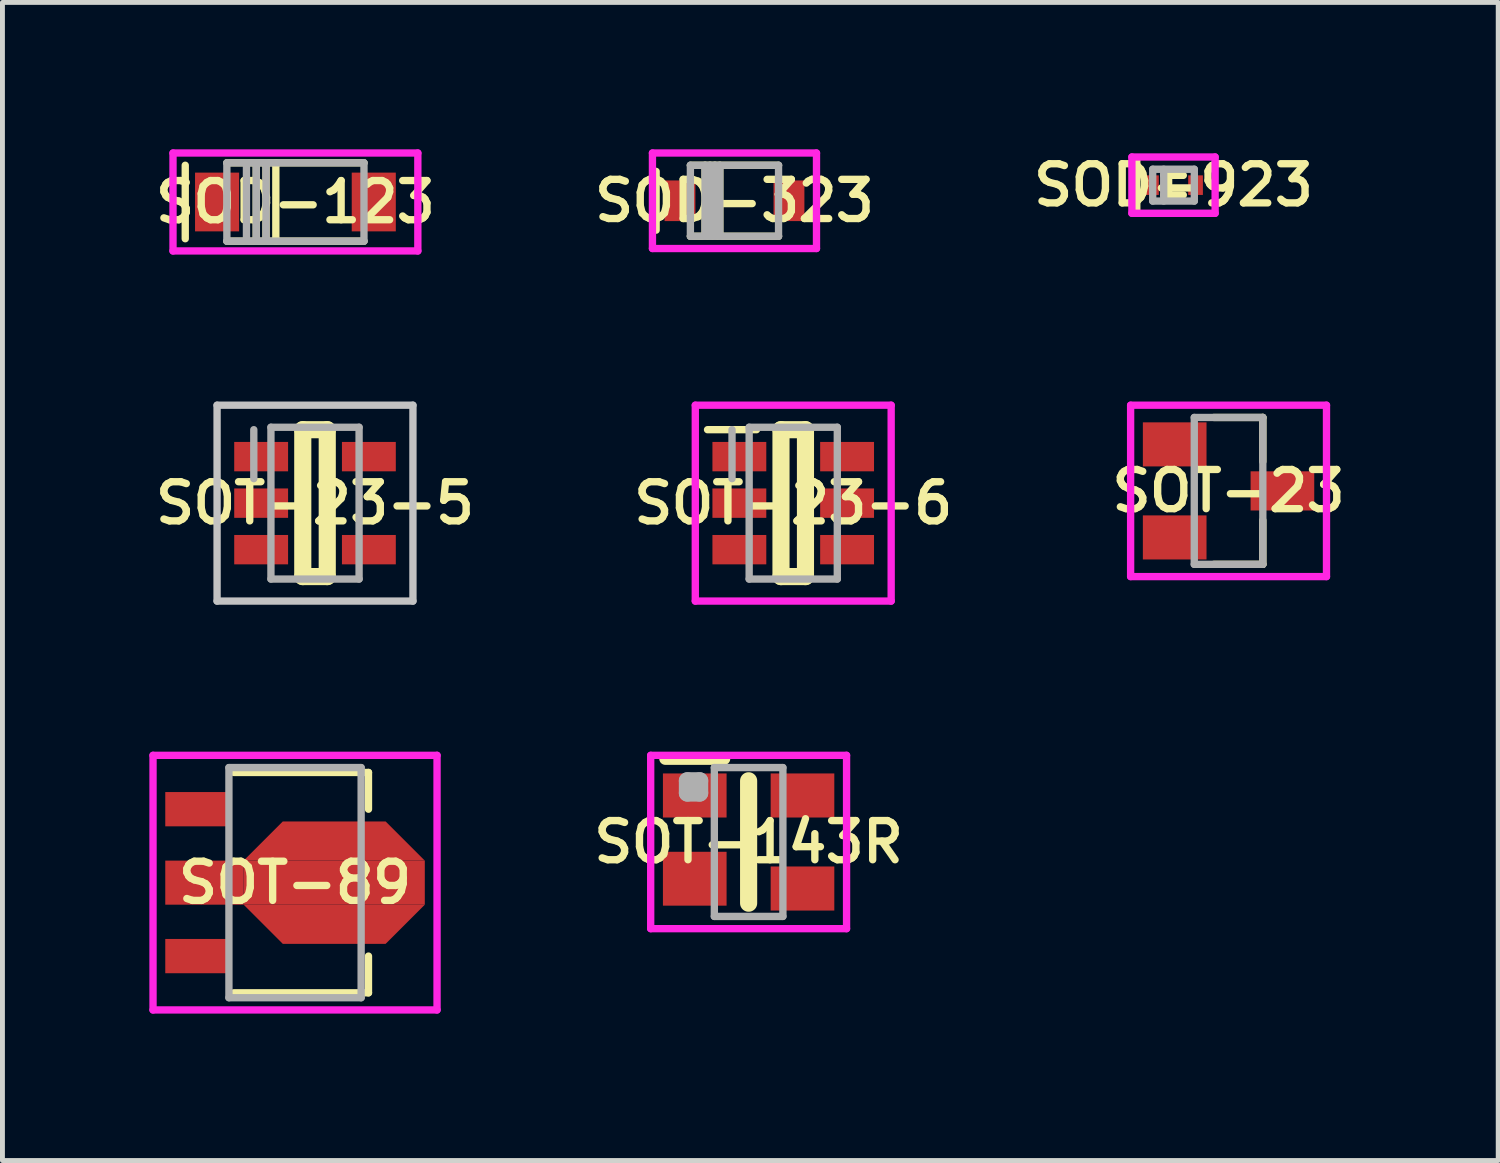
<source format=kicad_pcb>
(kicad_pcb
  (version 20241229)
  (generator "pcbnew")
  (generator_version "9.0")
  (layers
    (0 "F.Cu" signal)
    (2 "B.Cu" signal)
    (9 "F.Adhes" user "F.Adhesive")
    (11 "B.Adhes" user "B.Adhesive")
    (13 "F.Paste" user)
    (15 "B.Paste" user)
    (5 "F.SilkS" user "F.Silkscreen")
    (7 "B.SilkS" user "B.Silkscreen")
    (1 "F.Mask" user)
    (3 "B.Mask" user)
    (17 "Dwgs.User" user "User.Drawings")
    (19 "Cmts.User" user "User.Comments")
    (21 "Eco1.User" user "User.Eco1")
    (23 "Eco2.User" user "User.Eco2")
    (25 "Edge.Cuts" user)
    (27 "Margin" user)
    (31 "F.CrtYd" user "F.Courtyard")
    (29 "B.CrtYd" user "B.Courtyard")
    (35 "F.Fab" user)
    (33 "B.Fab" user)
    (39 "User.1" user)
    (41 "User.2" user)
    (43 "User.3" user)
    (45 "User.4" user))
  (footprint "SOD-123"
    (layer "F.Cu")
    (at 2.983 1.075)
    (property "Reference" "SOD-123" (at 0 0 0) (layer "F.SilkS") (effects (font (size 0.8 0.8) (thickness 0.15))))
    (attr smd)
    (fp_line (start -2.25 -0.75) (end -2.25 0.75) (stroke (width 0.15) (type solid)) (layer "F.SilkS"))
    (fp_line (start -1.4 -0.8) (end 1.4 -0.8) (stroke (width 0.15) (type solid)) (layer "F.SilkS"))
    (fp_line (start -0.8 -0.8) (end -0.8 0.8) (stroke (width 0.15) (type solid)) (layer "F.SilkS"))
    (fp_line (start -0.6 0.8) (end -0.6 -0.8) (stroke (width 0.15) (type solid)) (layer "F.SilkS"))
    (fp_line (start -0.4 -0.8) (end -0.4 0.8) (stroke (width 0.15) (type solid)) (layer "F.SilkS"))
    (fp_line (start 1.4 0.8) (end -1.4 0.8) (stroke (width 0.15) (type solid)) (layer "F.SilkS"))
    (fp_line (start -2.5 -1) (end 2.5 -1) (stroke (width 0.15) (type solid)) (layer "F.CrtYd"))
    (fp_line (start -2.5 1) (end -2.5 -1) (stroke (width 0.15) (type solid)) (layer "F.CrtYd"))
    (fp_line (start 2.5 -1) (end 2.5 1) (stroke (width 0.15) (type solid)) (layer "F.CrtYd"))
    (fp_line (start 2.5 1) (end -2.5 1) (stroke (width 0.15) (type solid)) (layer "F.CrtYd"))
    (fp_line (start -1.4 -0.8) (end 1.4 -0.8) (stroke (width 0.15) (type solid)) (layer "F.Fab"))
    (fp_line (start -1.4 0.8) (end -1.4 -0.8) (stroke (width 0.15) (type solid)) (layer "F.Fab"))
    (fp_line (start -1 -0.8) (end -1 0.8) (stroke (width 0.15) (type solid)) (layer "F.Fab"))
    (fp_line (start -0.8 -0.8) (end -0.8 0.8) (stroke (width 0.15) (type solid)) (layer "F.Fab"))
    (fp_line (start -0.6 0.8) (end -0.6 -0.8) (stroke (width 0.15) (type solid)) (layer "F.Fab"))
    (fp_line (start 1.4 -0.8) (end 1.4 0.8) (stroke (width 0.15) (type solid)) (layer "F.Fab"))
    (fp_line (start 1.4 0.8) (end -1.4 0.8) (stroke (width 0.15) (type solid)) (layer "F.Fab"))
    (pad "1" smd rect (at -1.6 0) (size 0.9 1.2) (layers "F.Cu" "F.Mask" "F.Paste"))
    (pad "2" smd rect (at 1.6 0) (size 0.9 1.2) (layers "F.Cu" "F.Mask" "F.Paste")))
  (footprint "SOT-23-6"
    (layer "F.Cu")
    (at 13.149 7.225)
    (property "Reference" "SOT-23-6" (at 0 0 0) (layer "F.SilkS") (effects (font (size 0.8 0.8) (thickness 0.15))))
    (attr smd)
    (fp_line (start -0.75 -1.5) (end -1.75 -1.5) (stroke (width 0.15) (type solid)) (layer "F.SilkS"))
    (fp_line (start -0.25 -1.5) (end 0.25 -1.5) (stroke (width 0.35) (type solid)) (layer "F.SilkS"))
    (fp_line (start -0.25 1.5) (end -0.25 -1.5) (stroke (width 0.35) (type solid)) (layer "F.SilkS"))
    (fp_line (start 0.25 -1.5) (end 0.25 1.5) (stroke (width 0.35) (type solid)) (layer "F.SilkS"))
    (fp_line (start 0.25 1.5) (end -0.25 1.5) (stroke (width 0.35) (type solid)) (layer "F.SilkS"))
    (fp_line (start -2 -2) (end 2 -2) (stroke (width 0.15) (type solid)) (layer "F.CrtYd"))
    (fp_line (start -2 2) (end -2 -2) (stroke (width 0.15) (type solid)) (layer "F.CrtYd"))
    (fp_line (start 2 -2) (end 2 2) (stroke (width 0.15) (type solid)) (layer "F.CrtYd"))
    (fp_line (start 2 2) (end -2 2) (stroke (width 0.15) (type solid)) (layer "F.CrtYd"))
    (fp_line (start -1.25 -1.5) (end -1.25 -0.5) (stroke (width 0.15) (type solid)) (layer "F.Fab"))
    (fp_line (start -0.9 -1.55) (end 0.9 -1.55) (stroke (width 0.15) (type solid)) (layer "F.Fab"))
    (fp_line (start -0.9 1.55) (end -0.9 -1.55) (stroke (width 0.15) (type solid)) (layer "F.Fab"))
    (fp_line (start 0.9 -1.55) (end 0.9 1.55) (stroke (width 0.15) (type solid)) (layer "F.Fab"))
    (fp_line (start 0.9 1.55) (end -0.9 1.55) (stroke (width 0.15) (type solid)) (layer "F.Fab"))
    (pad "1" smd rect (at -1.1 -0.95) (size 1.1 0.6) (layers "F.Cu" "F.Mask" "F.Paste"))
    (pad "2" smd rect (at -1.1 0) (size 1.1 0.6) (layers "F.Cu" "F.Mask" "F.Paste"))
    (pad "3" smd rect (at -1.1 0.95) (size 1.1 0.6) (layers "F.Cu" "F.Mask" "F.Paste"))
    (pad "4" smd rect (at 1.1 0.95) (size 1.1 0.6) (layers "F.Cu" "F.Mask" "F.Paste"))
    (pad "5" smd rect (at 1.1 0) (size 1.1 0.6) (layers "F.Cu" "F.Mask" "F.Paste"))
    (pad "6" smd rect (at 1.1 -0.95) (size 1.1 0.6) (layers "F.Cu" "F.Mask" "F.Paste")))
  (footprint "SOD-923"
    (layer "F.Cu")
    (at 20.915 0.731)
    (property "Reference" "SOD-923" (at 0 0 0) (layer "F.SilkS") (effects (font (size 0.8 0.8) (thickness 0.15))))
    (attr smd)
    (fp_line (start -0.75 -0.5) (end -0.75 0.5) (stroke (width 0.15) (type solid)) (layer "F.SilkS"))
    (fp_line (start -0.2 -0.2) (end 0.2 -0.2) (stroke (width 0.15) (type solid)) (layer "F.SilkS"))
    (fp_line (start -0.1 -0.2) (end -0.1 0.2) (stroke (width 0.15) (type solid)) (layer "F.SilkS"))
    (fp_line (start 0.2 0.2) (end -0.2 0.2) (stroke (width 0.15) (type solid)) (layer "F.SilkS"))
    (fp_line (start -0.85 -0.575) (end 0.85 -0.575) (stroke (width 0.15) (type solid)) (layer "F.CrtYd"))
    (fp_line (start -0.85 0.575) (end -0.85 -0.575) (stroke (width 0.15) (type solid)) (layer "F.CrtYd"))
    (fp_line (start 0.85 -0.575) (end 0.85 0.575) (stroke (width 0.15) (type solid)) (layer "F.CrtYd"))
    (fp_line (start 0.85 0.575) (end -0.85 0.575) (stroke (width 0.15) (type solid)) (layer "F.CrtYd"))
    (fp_line (start -0.425 -0.325) (end 0.425 -0.325) (stroke (width 0.15) (type solid)) (layer "F.Fab"))
    (fp_line (start -0.425 0.325) (end -0.425 -0.325) (stroke (width 0.15) (type solid)) (layer "F.Fab"))
    (fp_line (start -0.2 -0.325) (end -0.2 0.325) (stroke (width 0.15) (type solid)) (layer "F.Fab"))
    (fp_line (start 0.425 -0.325) (end 0.425 0.325) (stroke (width 0.15) (type solid)) (layer "F.Fab"))
    (fp_line (start 0.425 0.325) (end -0.425 0.325) (stroke (width 0.15) (type solid)) (layer "F.Fab"))
    (pad "1" smd rect (at -0.45 0) (size 0.3 0.4) (layers "F.Cu" "F.Mask" "F.Paste"))
    (pad "2" smd rect (at 0.45 0) (size 0.3 0.4) (layers "F.Cu" "F.Mask" "F.Paste")))
  (footprint "SOD-323"
    (layer "F.Cu")
    (at 11.949 1.05)
    (property "Reference" "SOD-323" (at 0 0 0) (layer "F.SilkS") (effects (font (size 0.8 0.8) (thickness 0.15))))
    (attr smd)
    (fp_line (start -1.6 -0.6) (end -1.6 0.6) (stroke (width 0.15) (type solid)) (layer "F.SilkS"))
    (fp_line (start -0.6 0.725) (end -0.6 -0.725) (stroke (width 0.15) (type solid)) (layer "F.SilkS"))
    (fp_line (start -0.5 -0.725) (end -0.5 0.725) (stroke (width 0.15) (type solid)) (layer "F.SilkS"))
    (fp_line (start -0.4 0.725) (end -0.4 -0.725) (stroke (width 0.15) (type solid)) (layer "F.SilkS"))
    (fp_line (start -0.3 -0.725) (end -0.3 0.725) (stroke (width 0.15) (type solid)) (layer "F.SilkS"))
    (fp_line (start 0.9 -0.725) (end -0.9 -0.725) (stroke (width 0.15) (type solid)) (layer "F.SilkS"))
    (fp_line (start 0.9 0.725) (end -0.9 0.725) (stroke (width 0.15) (type solid)) (layer "F.SilkS"))
    (fp_line (start -1.675 -0.975) (end 1.675 -0.975) (stroke (width 0.15) (type solid)) (layer "F.CrtYd"))
    (fp_line (start -1.675 0.975) (end -1.675 -0.975) (stroke (width 0.15) (type solid)) (layer "F.CrtYd"))
    (fp_line (start 1.675 -0.975) (end 1.675 0.975) (stroke (width 0.15) (type solid)) (layer "F.CrtYd"))
    (fp_line (start 1.675 0.975) (end -1.675 0.975) (stroke (width 0.15) (type solid)) (layer "F.CrtYd"))
    (fp_line (start -0.9 -0.725) (end 0.9 -0.725) (stroke (width 0.15) (type solid)) (layer "F.Fab"))
    (fp_line (start -0.9 0.725) (end -0.9 -0.725) (stroke (width 0.15) (type solid)) (layer "F.Fab"))
    (fp_line (start -0.6 -0.725) (end -0.6 0.725) (stroke (width 0.15) (type solid)) (layer "F.Fab"))
    (fp_line (start -0.5 0.725) (end -0.5 -0.725) (stroke (width 0.15) (type solid)) (layer "F.Fab"))
    (fp_line (start -0.4 -0.725) (end -0.4 0.725) (stroke (width 0.15) (type solid)) (layer "F.Fab"))
    (fp_line (start -0.3 0.725) (end -0.3 -0.725) (stroke (width 0.15) (type solid)) (layer "F.Fab"))
    (fp_line (start 0.9 -0.725) (end 0.9 0.725) (stroke (width 0.15) (type solid)) (layer "F.Fab"))
    (fp_line (start 0.9 0.725) (end -0.9 0.725) (stroke (width 0.15) (type solid)) (layer "F.Fab"))
    (pad "1" smd rect (at -1.113 0) (size 0.63 0.83) (layers "F.Cu" "F.Mask" "F.Paste"))
    (pad "2" smd rect (at 1.113 0) (size 0.63 0.83) (layers "F.Cu" "F.Mask" "F.Paste")))
  (footprint "SOT-23"
    (layer "F.Cu")
    (at 22.039 6.975)
    (property "Reference" "SOT-23" (at 0 0 0) (layer "F.SilkS") (effects (font (size 0.8 0.8) (thickness 0.15))))
    (attr smd)
    (fp_line (start -0.3 -1.5) (end 0.7 -1.5) (stroke (width 0.15) (type solid)) (layer "F.SilkS"))
    (fp_line (start 0.7 -1.5) (end 0.7 -0.6) (stroke (width 0.15) (type solid)) (layer "F.SilkS"))
    (fp_line (start 0.7 0.6) (end 0.7 1.5) (stroke (width 0.15) (type solid)) (layer "F.SilkS"))
    (fp_line (start 0.7 1.5) (end -0.3 1.5) (stroke (width 0.15) (type solid)) (layer "F.SilkS"))
    (fp_line (start -2 -1.75) (end 2 -1.75) (stroke (width 0.15) (type solid)) (layer "F.CrtYd"))
    (fp_line (start -2 1.75) (end -2 -1.75) (stroke (width 0.15) (type solid)) (layer "F.CrtYd"))
    (fp_line (start 2 -1.75) (end 2 1.75) (stroke (width 0.15) (type solid)) (layer "F.CrtYd"))
    (fp_line (start 2 1.75) (end -2 1.75) (stroke (width 0.15) (type solid)) (layer "F.CrtYd"))
    (fp_line (start -0.7 -1.5) (end 0.7 -1.5) (stroke (width 0.15) (type solid)) (layer "F.Fab"))
    (fp_line (start -0.7 1.5) (end -0.7 -1.5) (stroke (width 0.15) (type solid)) (layer "F.Fab"))
    (fp_line (start 0.7 -1.5) (end 0.7 1.5) (stroke (width 0.15) (type solid)) (layer "F.Fab"))
    (fp_line (start 0.7 1.5) (end -0.7 1.5) (stroke (width 0.15) (type solid)) (layer "F.Fab"))
    (pad "1" smd rect (at -1.1 -0.95) (size 1.3 0.9) (layers "F.Cu" "F.Mask" "F.Paste"))
    (pad "2" smd rect (at -1.1 0.95) (size 1.3 0.9) (layers "F.Cu" "F.Mask" "F.Paste"))
    (pad "3" smd rect (at 1.1 0) (size 1.3 0.8) (layers "F.Cu" "F.Mask" "F.Paste")))
  (footprint "SOT-23-5"
    (layer "F.Cu")
    (at 3.383 7.225)
    (property "Reference" "SOT-23-5" (at 0 0 0) (layer "F.SilkS") (effects (font (size 0.8 0.8) (thickness 0.15))))
    (attr smd)
    (fp_line (start -0.25 -1.5) (end 0.25 -1.5) (stroke (width 0.35) (type solid)) (layer "F.SilkS"))
    (fp_line (start -0.25 1.5) (end -0.25 -1.5) (stroke (width 0.35) (type solid)) (layer "F.SilkS"))
    (fp_line (start 0.25 -1.5) (end 0.25 1.5) (stroke (width 0.35) (type solid)) (layer "F.SilkS"))
    (fp_line (start 0.25 1.5) (end -0.25 1.5) (stroke (width 0.35) (type solid)) (layer "F.SilkS"))
    (fp_line (start -2 -2) (end 2 -2) (stroke (width 0.15) (type solid)) (layer "Dwgs.User"))
    (fp_line (start -2 2) (end -2 -2) (stroke (width 0.15) (type solid)) (layer "Dwgs.User"))
    (fp_line (start 2 -2) (end 2 2) (stroke (width 0.15) (type solid)) (layer "Dwgs.User"))
    (fp_line (start 2 2) (end -2 2) (stroke (width 0.15) (type solid)) (layer "Dwgs.User"))
    (fp_line (start -1.25 -1.5) (end -1.25 -0.5) (stroke (width 0.15) (type solid)) (layer "F.Fab"))
    (fp_line (start -0.9 -1.55) (end 0.9 -1.55) (stroke (width 0.15) (type solid)) (layer "F.Fab"))
    (fp_line (start -0.9 1.55) (end -0.9 -1.55) (stroke (width 0.15) (type solid)) (layer "F.Fab"))
    (fp_line (start 0.9 -1.55) (end 0.9 1.55) (stroke (width 0.15) (type solid)) (layer "F.Fab"))
    (fp_line (start 0.9 1.55) (end -0.9 1.55) (stroke (width 0.15) (type solid)) (layer "F.Fab"))
    (pad "1" smd rect (at -1.1 -0.95) (size 1.1 0.6) (layers "F.Cu" "F.Mask" "F.Paste"))
    (pad "2" smd rect (at -1.1 0) (size 1.1 0.6) (layers "F.Cu" "F.Mask" "F.Paste"))
    (pad "3" smd rect (at -1.1 0.95) (size 1.1 0.6) (layers "F.Cu" "F.Mask" "F.Paste"))
    (pad "4" smd rect (at 1.1 0.95) (size 1.1 0.6) (layers "F.Cu" "F.Mask" "F.Paste"))
    (pad "5" smd rect (at 1.1 -0.95) (size 1.1 0.6) (layers "F.Cu" "F.Mask" "F.Paste")))
  (footprint "SOT-143R"
    (layer "F.Cu")
    (at 12.238 14.145)
    (property "Reference" "SOT-143R" (at 0 0 0) (layer "F.SilkS") (effects (font (size 0.8 0.8) (thickness 0.15))))
    (attr smd)
    (fp_line (start -1.7 -1.7) (end -0.5 -1.7) (stroke (width 0.25) (type solid)) (layer "F.SilkS"))
    (fp_line (start 0 -1.25) (end 0 1.25) (stroke (width 0.35) (type solid)) (layer "F.SilkS"))
    (fp_line (start -2 -1.77) (end 2 -1.77) (stroke (width 0.15) (type solid)) (layer "F.CrtYd"))
    (fp_line (start -2 1.77) (end -2 -1.77) (stroke (width 0.15) (type solid)) (layer "F.CrtYd"))
    (fp_line (start 2 -1.77) (end 2 1.77) (stroke (width 0.15) (type solid)) (layer "F.CrtYd"))
    (fp_line (start 2 1.77) (end -2 1.77) (stroke (width 0.15) (type solid)) (layer "F.CrtYd"))
    (fp_line (start -1.25 -1.25) (end -1.25 -1) (stroke (width 0.35) (type solid)) (layer "F.Fab"))
    (fp_line (start -1.25 -1) (end -1 -1) (stroke (width 0.35) (type solid)) (layer "F.Fab"))
    (fp_line (start -1 -1.25) (end -1.25 -1.25) (stroke (width 0.35) (type solid)) (layer "F.Fab"))
    (fp_line (start -1 -1) (end -1 -1.25) (stroke (width 0.35) (type solid)) (layer "F.Fab"))
    (fp_line (start -0.7 -1.52) (end 0.7 -1.52) (stroke (width 0.15) (type solid)) (layer "F.Fab"))
    (fp_line (start -0.7 1.52) (end -0.7 -1.52) (stroke (width 0.15) (type solid)) (layer "F.Fab"))
    (fp_line (start 0.7 -1.52) (end 0.7 1.52) (stroke (width 0.15) (type solid)) (layer "F.Fab"))
    (fp_line (start 0.7 1.52) (end -0.7 1.52) (stroke (width 0.15) (type solid)) (layer "F.Fab"))
    (pad "1" smd rect (at -1.1 -0.95) (size 1.3 0.9) (layers "F.Cu" "F.Mask" "F.Paste"))
    (pad "2" smd rect (at -1.1 0.75) (size 1.3 1.1) (layers "F.Cu" "F.Mask" "F.Paste"))
    (pad "3" smd rect (at 1.1 0.95 180) (size 1.3 0.9) (layers "F.Cu" "F.Mask" "F.Paste"))
    (pad "4" smd rect (at 1.1 -0.95 180) (size 1.3 0.9) (layers "F.Cu" "F.Mask" "F.Paste")))
  (footprint "SOT-89"
    (layer "F.Cu")
    (at 2.975 14.975)
    (property "Reference" "SOT-89" (at 0 0 0) (layer "F.SilkS") (effects (font (size 0.8 0.8) (thickness 0.15))))
    (attr smd)
    (fp_line (start -1.25 -2.25) (end 1.5 -2.25) (stroke (width 0.15) (type solid)) (layer "F.SilkS"))
    (fp_line (start -1.25 2.25) (end 1.5 2.25) (stroke (width 0.15) (type solid)) (layer "F.SilkS"))
    (fp_line (start 1.5 -2.25) (end 1.5 -1.5) (stroke (width 0.15) (type solid)) (layer "F.SilkS"))
    (fp_line (start 1.5 2.25) (end 1.5 1.5) (stroke (width 0.15) (type solid)) (layer "F.SilkS"))
    (fp_line (start -2.9 -2.6) (end 2.9 -2.6) (stroke (width 0.15) (type solid)) (layer "F.CrtYd"))
    (fp_line (start -2.9 2.6) (end -2.9 -2.6) (stroke (width 0.15) (type solid)) (layer "F.CrtYd"))
    (fp_line (start 2.9 -2.6) (end 2.9 2.6) (stroke (width 0.15) (type solid)) (layer "F.CrtYd"))
    (fp_line (start 2.9 2.6) (end -2.9 2.6) (stroke (width 0.15) (type solid)) (layer "F.CrtYd"))
    (fp_line (start -1.35 -2.35) (end 1.35 -2.35) (stroke (width 0.15) (type solid)) (layer "F.Fab"))
    (fp_line (start -1.35 2.35) (end -1.35 -2.35) (stroke (width 0.15) (type solid)) (layer "F.Fab"))
    (fp_line (start 1.35 -2.35) (end 1.35 2.35) (stroke (width 0.15) (type solid)) (layer "F.Fab"))
    (fp_line (start 1.35 2.35) (end -1.35 2.35) (stroke (width 0.15) (type solid)) (layer "F.Fab"))
    (pad "1" smd rect (at -2 -1.5) (size 1.3 0.7) (layers "F.Cu" "F.Mask" "F.Paste"))
    (pad "2" smd rect (at -1.85 0) (size 1.6 0.9) (layers "F.Cu" "F.Mask" "F.Paste"))
    (pad "3" smd rect (at -2 1.5) (size 1.3 0.7) (layers "F.Cu" "F.Mask" "F.Paste"))
    (pad "4" smd trapezoid (at 0.8 -0.85) (size 2.9 0.8) (rect_delta 0 0.8) (layers "F.Cu" "F.Mask" "F.Paste"))
    (pad "4" smd rect (at 0.8 0) (size 3.7 0.9) (layers "F.Cu" "F.Mask" "F.Paste"))
    (pad "4" smd trapezoid (at 0.8 0.85 180) (size 2.9 0.8) (rect_delta 0 0.8) (layers "F.Cu" "F.Mask" "F.Paste")))
  (gr_rect
    (start -3 -3)
    (end 27.546 20.65)
    (stroke (width 0.1) (type default))
    (fill no)
    (layer "Edge.Cuts")))
</source>
